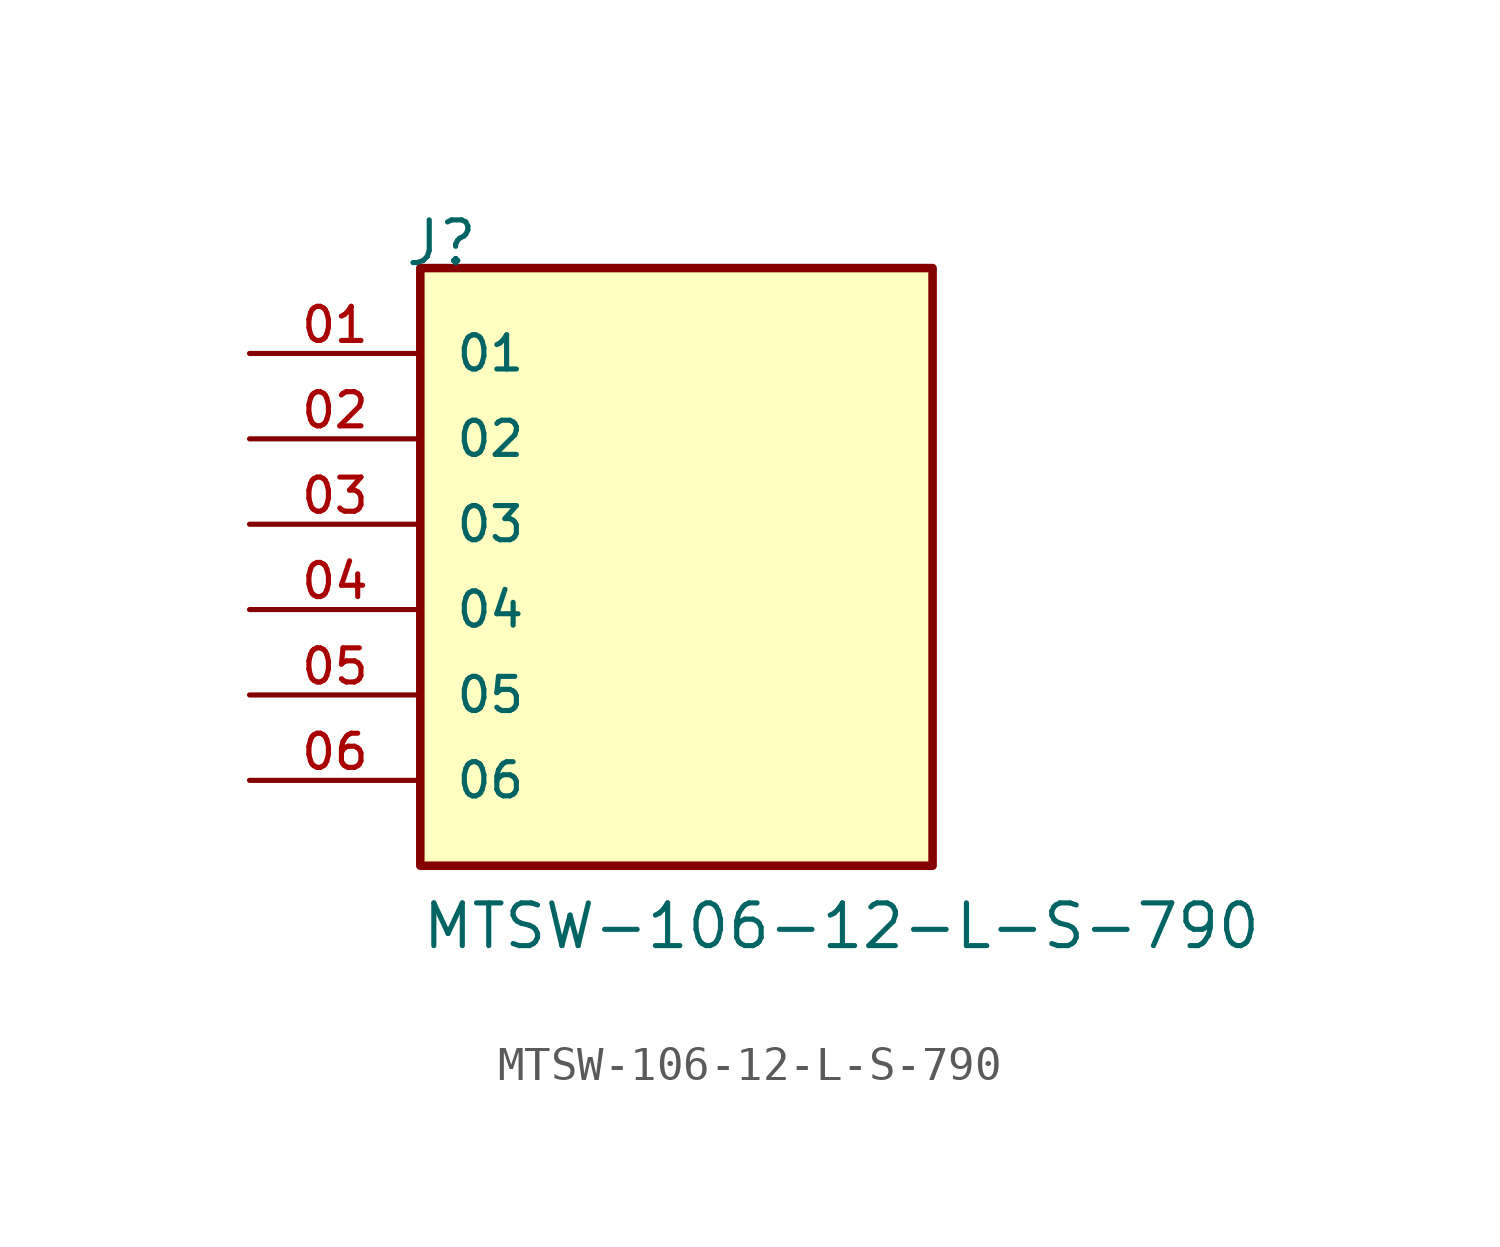
<source format=kicad_sym>
(kicad_symbol_lib
  (version 20231120)
  (generator "kicad_symbol_editor")
  (generator_version "8.0")
  (symbol "MTSW-106-12-L-S-790"
    (pin_names
      (offset 1.016))
    (property "Reference" "J"
      (at -8.12 10.16 0)
      (effects (font (size 1.27 1.27)) (justify left bottom)))
    (property "Value" "MTSW-106-12-L-S-790"
      (at -7.62 -10.16 0)
      (effects (font (size 1.27 1.27)) (justify left bottom)))
    (symbol "MTSW-106-12-L-S-790_0_0"
      (rectangle (start -7.62 -7.62) (end 7.62 10.16) (stroke (width 0.254) (type default)) (fill (type background)))
      (pin passive line (at -12.7 7.62 0) (length 5.08) (name "01" (effects (font (size 1.016 1.016)))) (number "01" (effects (font (size 1.016 1.016)))))
      (pin passive line (at -12.7 5.08 0) (length 5.08) (name "02" (effects (font (size 1.016 1.016)))) (number "02" (effects (font (size 1.016 1.016)))))
      (pin passive line (at -12.7 2.54 0) (length 5.08) (name "03" (effects (font (size 1.016 1.016)))) (number "03" (effects (font (size 1.016 1.016)))))
      (pin passive line (at -12.7 0 0) (length 5.08) (name "04" (effects (font (size 1.016 1.016)))) (number "04" (effects (font (size 1.016 1.016)))))
      (pin passive line (at -12.7 -2.54 0) (length 5.08) (name "05" (effects (font (size 1.016 1.016)))) (number "05" (effects (font (size 1.016 1.016)))))
      (pin passive line (at -12.7 -5.08 0) (length 5.08) (name "06" (effects (font (size 1.016 1.016)))) (number "06" (effects (font (size 1.016 1.016))))))))
</source>
